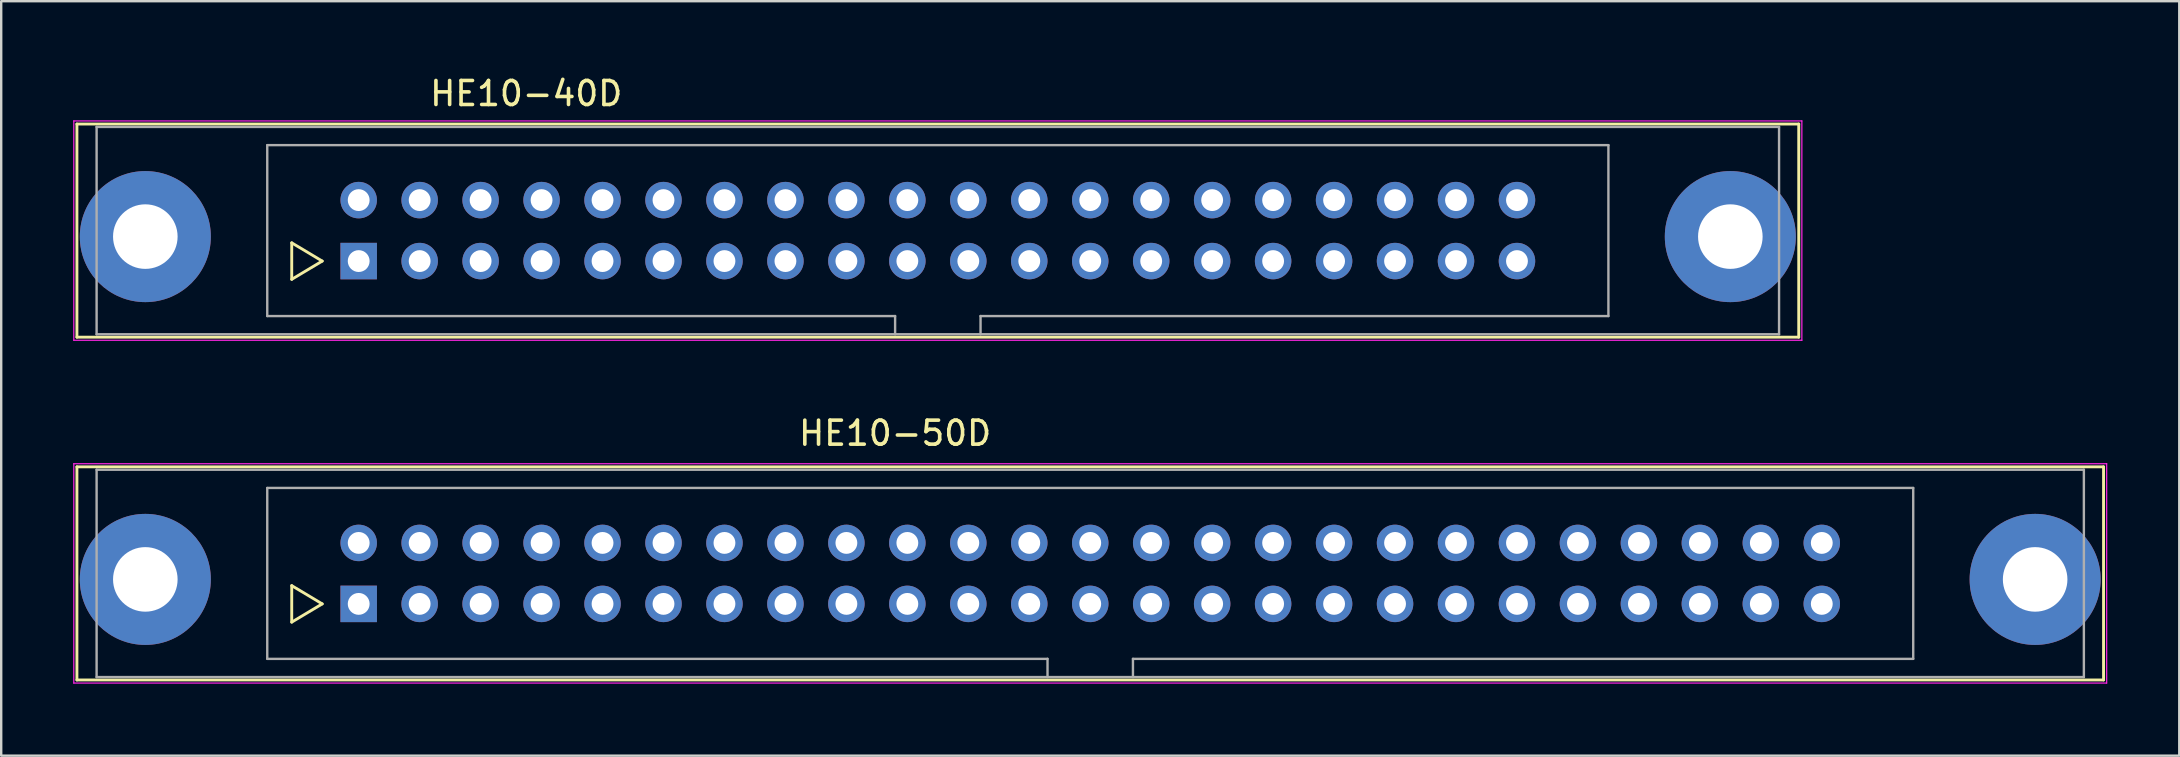
<source format=kicad_pcb>
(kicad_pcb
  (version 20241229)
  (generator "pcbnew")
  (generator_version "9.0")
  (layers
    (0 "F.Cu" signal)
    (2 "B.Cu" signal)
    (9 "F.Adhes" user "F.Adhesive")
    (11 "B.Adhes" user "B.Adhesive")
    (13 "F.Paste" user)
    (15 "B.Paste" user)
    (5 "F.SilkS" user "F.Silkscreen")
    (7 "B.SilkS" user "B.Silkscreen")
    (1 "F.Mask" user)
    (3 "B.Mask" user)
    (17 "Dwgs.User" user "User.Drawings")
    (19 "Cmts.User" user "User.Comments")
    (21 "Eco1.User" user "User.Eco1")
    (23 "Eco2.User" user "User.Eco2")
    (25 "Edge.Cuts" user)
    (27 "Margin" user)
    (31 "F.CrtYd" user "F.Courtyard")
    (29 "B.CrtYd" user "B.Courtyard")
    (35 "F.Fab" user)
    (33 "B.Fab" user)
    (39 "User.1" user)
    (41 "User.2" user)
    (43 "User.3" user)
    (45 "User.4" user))
  (footprint "HE10-50D"
    (layer "F.Cu")
    (at 11.895 22.111)
    (property "Reference" "HE10-50D" (at 22.35 -7.11 0) (layer "F.SilkS") (effects (font (size 1 1) (thickness 0.15))))
    (attr through_hole)
    (fp_line (start -11.74 -5.71) (end -11.74 3.17) (stroke (width 0.12) (type solid)) (layer "F.SilkS"))
    (fp_line (start -11.74 -5.71) (end 72.7 -5.71) (stroke (width 0.12) (type solid)) (layer "F.SilkS"))
    (fp_line (start -2.79 -0.76) (end -2.79 0.76) (stroke (width 0.12) (type solid)) (layer "F.SilkS"))
    (fp_line (start -2.79 0.76) (end -1.52 0) (stroke (width 0.12) (type solid)) (layer "F.SilkS"))
    (fp_line (start -1.52 0) (end -2.79 -0.76) (stroke (width 0.12) (type solid)) (layer "F.SilkS"))
    (fp_line (start 72.7 3.17) (end -11.74 3.17) (stroke (width 0.12) (type solid)) (layer "F.SilkS"))
    (fp_line (start 72.7 3.17) (end 72.7 -5.71) (stroke (width 0.12) (type solid)) (layer "F.SilkS"))
    (fp_line (start -11.87 -5.84) (end -11.87 3.3) (stroke (width 0.05) (type solid)) (layer "F.CrtYd"))
    (fp_line (start -11.87 -5.84) (end 72.83 -5.84) (stroke (width 0.05) (type solid)) (layer "F.CrtYd"))
    (fp_line (start 72.83 3.3) (end -11.87 3.3) (stroke (width 0.05) (type solid)) (layer "F.CrtYd"))
    (fp_line (start 72.83 3.3) (end 72.83 -5.84) (stroke (width 0.05) (type solid)) (layer "F.CrtYd"))
    (fp_line (start -10.92 -5.59) (end -10.92 3.05) (stroke (width 0.1) (type solid)) (layer "F.Fab"))
    (fp_line (start -10.92 3.05) (end 71.88 3.05) (stroke (width 0.1) (type solid)) (layer "F.Fab"))
    (fp_line (start -3.81 -4.83) (end 64.77 -4.83) (stroke (width 0.1) (type solid)) (layer "F.Fab"))
    (fp_line (start -3.81 2.29) (end -3.81 -4.83) (stroke (width 0.1) (type solid)) (layer "F.Fab"))
    (fp_line (start 28.7 2.29) (end -3.81 2.29) (stroke (width 0.1) (type solid)) (layer "F.Fab"))
    (fp_line (start 28.7 3.05) (end 28.7 2.29) (stroke (width 0.1) (type solid)) (layer "F.Fab"))
    (fp_line (start 32.26 2.29) (end 32.26 3.05) (stroke (width 0.1) (type solid)) (layer "F.Fab"))
    (fp_line (start 64.77 -4.83) (end 64.77 2.29) (stroke (width 0.1) (type solid)) (layer "F.Fab"))
    (fp_line (start 64.77 2.29) (end 32.26 2.29) (stroke (width 0.1) (type solid)) (layer "F.Fab"))
    (fp_line (start 71.88 -5.59) (end -10.92 -5.59) (stroke (width 0.1) (type solid)) (layer "F.Fab"))
    (fp_line (start 71.88 3.05) (end 71.88 -5.59) (stroke (width 0.1) (type solid)) (layer "F.Fab"))
    (pad "" thru_hole circle (at -8.89 -1.02) (size 5.46 5.46) (drill 2.69) (layers "*.Cu" "*.Mask"))
    (pad "" thru_hole circle (at 69.85 -1.02) (size 5.46 5.46) (drill 2.69) (layers "*.Cu" "*.Mask"))
    (pad "1" thru_hole rect (at 0 0) (size 1.52 1.52) (drill 0.91) (layers "*.Cu" "*.Mask"))
    (pad "2" thru_hole circle (at 0 -2.54) (size 1.52 1.52) (drill 0.91) (layers "*.Cu" "*.Mask"))
    (pad "3" thru_hole circle (at 2.54 0) (size 1.52 1.52) (drill 0.91) (layers "*.Cu" "*.Mask"))
    (pad "4" thru_hole circle (at 2.54 -2.54) (size 1.52 1.52) (drill 0.91) (layers "*.Cu" "*.Mask"))
    (pad "5" thru_hole circle (at 5.08 0) (size 1.52 1.52) (drill 0.91) (layers "*.Cu" "*.Mask"))
    (pad "6" thru_hole circle (at 5.08 -2.54) (size 1.52 1.52) (drill 0.91) (layers "*.Cu" "*.Mask"))
    (pad "7" thru_hole circle (at 7.62 0) (size 1.52 1.52) (drill 0.91) (layers "*.Cu" "*.Mask"))
    (pad "8" thru_hole circle (at 7.62 -2.54) (size 1.52 1.52) (drill 0.91) (layers "*.Cu" "*.Mask"))
    (pad "9" thru_hole circle (at 10.16 0) (size 1.52 1.52) (drill 0.91) (layers "*.Cu" "*.Mask"))
    (pad "10" thru_hole circle (at 10.16 -2.54) (size 1.52 1.52) (drill 0.91) (layers "*.Cu" "*.Mask"))
    (pad "11" thru_hole circle (at 12.7 0) (size 1.52 1.52) (drill 0.91) (layers "*.Cu" "*.Mask"))
    (pad "12" thru_hole circle (at 12.7 -2.54) (size 1.52 1.52) (drill 0.91) (layers "*.Cu" "*.Mask"))
    (pad "13" thru_hole circle (at 15.24 0) (size 1.52 1.52) (drill 0.91) (layers "*.Cu" "*.Mask"))
    (pad "14" thru_hole circle (at 15.24 -2.54) (size 1.52 1.52) (drill 0.91) (layers "*.Cu" "*.Mask"))
    (pad "15" thru_hole circle (at 17.78 0) (size 1.52 1.52) (drill 0.91) (layers "*.Cu" "*.Mask"))
    (pad "16" thru_hole circle (at 17.78 -2.54) (size 1.52 1.52) (drill 0.91) (layers "*.Cu" "*.Mask"))
    (pad "17" thru_hole circle (at 20.32 0) (size 1.52 1.52) (drill 0.91) (layers "*.Cu" "*.Mask"))
    (pad "18" thru_hole circle (at 20.32 -2.54) (size 1.52 1.52) (drill 0.91) (layers "*.Cu" "*.Mask"))
    (pad "19" thru_hole circle (at 22.86 0) (size 1.52 1.52) (drill 0.91) (layers "*.Cu" "*.Mask"))
    (pad "20" thru_hole circle (at 22.86 -2.54) (size 1.52 1.52) (drill 0.91) (layers "*.Cu" "*.Mask"))
    (pad "21" thru_hole circle (at 25.4 0) (size 1.52 1.52) (drill 0.91) (layers "*.Cu" "*.Mask"))
    (pad "22" thru_hole circle (at 25.4 -2.54) (size 1.52 1.52) (drill 0.91) (layers "*.Cu" "*.Mask"))
    (pad "23" thru_hole circle (at 27.94 0) (size 1.52 1.52) (drill 0.91) (layers "*.Cu" "*.Mask"))
    (pad "24" thru_hole circle (at 27.94 -2.54) (size 1.52 1.52) (drill 0.91) (layers "*.Cu" "*.Mask"))
    (pad "25" thru_hole circle (at 30.48 0) (size 1.52 1.52) (drill 0.91) (layers "*.Cu" "*.Mask"))
    (pad "26" thru_hole circle (at 30.48 -2.54) (size 1.52 1.52) (drill 0.91) (layers "*.Cu" "*.Mask"))
    (pad "27" thru_hole circle (at 33.02 0) (size 1.52 1.52) (drill 0.91) (layers "*.Cu" "*.Mask"))
    (pad "28" thru_hole circle (at 33.02 -2.54) (size 1.52 1.52) (drill 0.91) (layers "*.Cu" "*.Mask"))
    (pad "29" thru_hole circle (at 35.56 0) (size 1.52 1.52) (drill 0.91) (layers "*.Cu" "*.Mask"))
    (pad "30" thru_hole circle (at 35.56 -2.54) (size 1.52 1.52) (drill 0.91) (layers "*.Cu" "*.Mask"))
    (pad "31" thru_hole circle (at 38.1 0) (size 1.52 1.52) (drill 0.91) (layers "*.Cu" "*.Mask"))
    (pad "32" thru_hole circle (at 38.1 -2.54) (size 1.52 1.52) (drill 0.91) (layers "*.Cu" "*.Mask"))
    (pad "33" thru_hole circle (at 40.64 0) (size 1.52 1.52) (drill 0.91) (layers "*.Cu" "*.Mask"))
    (pad "34" thru_hole circle (at 40.64 -2.54) (size 1.52 1.52) (drill 0.91) (layers "*.Cu" "*.Mask"))
    (pad "35" thru_hole circle (at 43.18 0) (size 1.52 1.52) (drill 0.91) (layers "*.Cu" "*.Mask"))
    (pad "36" thru_hole circle (at 43.18 -2.54) (size 1.52 1.52) (drill 0.91) (layers "*.Cu" "*.Mask"))
    (pad "37" thru_hole circle (at 45.72 0) (size 1.52 1.52) (drill 0.91) (layers "*.Cu" "*.Mask"))
    (pad "38" thru_hole circle (at 45.72 -2.54) (size 1.52 1.52) (drill 0.91) (layers "*.Cu" "*.Mask"))
    (pad "39" thru_hole circle (at 48.26 0) (size 1.52 1.52) (drill 0.91) (layers "*.Cu" "*.Mask"))
    (pad "40" thru_hole circle (at 48.26 -2.54) (size 1.52 1.52) (drill 0.91) (layers "*.Cu" "*.Mask"))
    (pad "41" thru_hole circle (at 50.8 0) (size 1.52 1.52) (drill 0.91) (layers "*.Cu" "*.Mask"))
    (pad "42" thru_hole circle (at 50.8 -2.54) (size 1.52 1.52) (drill 0.91) (layers "*.Cu" "*.Mask"))
    (pad "43" thru_hole circle (at 53.34 0) (size 1.52 1.52) (drill 0.91) (layers "*.Cu" "*.Mask"))
    (pad "44" thru_hole circle (at 53.34 -2.54) (size 1.52 1.52) (drill 0.91) (layers "*.Cu" "*.Mask"))
    (pad "45" thru_hole circle (at 55.88 0) (size 1.52 1.52) (drill 0.91) (layers "*.Cu" "*.Mask"))
    (pad "46" thru_hole circle (at 55.88 -2.54) (size 1.52 1.52) (drill 0.91) (layers "*.Cu" "*.Mask"))
    (pad "47" thru_hole circle (at 58.42 0) (size 1.52 1.52) (drill 0.91) (layers "*.Cu" "*.Mask"))
    (pad "48" thru_hole circle (at 58.42 -2.54) (size 1.52 1.52) (drill 0.91) (layers "*.Cu" "*.Mask"))
    (pad "49" thru_hole circle (at 60.96 0) (size 1.52 1.52) (drill 0.91) (layers "*.Cu" "*.Mask"))
    (pad "50" thru_hole circle (at 60.96 -2.54) (size 1.52 1.52) (drill 0.91) (layers "*.Cu" "*.Mask")))
  (footprint "HE10-40D"
    (layer "F.Cu")
    (at 11.895 7.828)
    (property "Reference" "HE10-40D" (at 6.98 -6.98 0) (layer "F.SilkS") (effects (font (size 1 1) (thickness 0.15))))
    (attr through_hole)
    (fp_line (start -11.74 -5.71) (end -11.74 3.17) (stroke (width 0.12) (type solid)) (layer "F.SilkS"))
    (fp_line (start -11.74 -5.71) (end 60 -5.71) (stroke (width 0.12) (type solid)) (layer "F.SilkS"))
    (fp_line (start -2.79 -0.76) (end -2.79 0.76) (stroke (width 0.12) (type solid)) (layer "F.SilkS"))
    (fp_line (start -2.79 0.76) (end -1.52 0) (stroke (width 0.12) (type solid)) (layer "F.SilkS"))
    (fp_line (start -1.52 0) (end -2.79 -0.76) (stroke (width 0.12) (type solid)) (layer "F.SilkS"))
    (fp_line (start 60 3.17) (end -11.74 3.17) (stroke (width 0.12) (type solid)) (layer "F.SilkS"))
    (fp_line (start 60 3.17) (end 60 -5.71) (stroke (width 0.12) (type solid)) (layer "F.SilkS"))
    (fp_line (start -11.87 -5.84) (end -11.87 3.3) (stroke (width 0.05) (type solid)) (layer "F.CrtYd"))
    (fp_line (start -11.87 -5.84) (end 60.13 -5.84) (stroke (width 0.05) (type solid)) (layer "F.CrtYd"))
    (fp_line (start 60.13 3.3) (end -11.87 3.3) (stroke (width 0.05) (type solid)) (layer "F.CrtYd"))
    (fp_line (start 60.13 3.3) (end 60.13 -5.84) (stroke (width 0.05) (type solid)) (layer "F.CrtYd"))
    (fp_line (start -10.92 -5.59) (end -10.92 3.05) (stroke (width 0.1) (type solid)) (layer "F.Fab"))
    (fp_line (start -10.92 3.05) (end 59.18 3.05) (stroke (width 0.1) (type solid)) (layer "F.Fab"))
    (fp_line (start -3.81 -4.83) (end 52.07 -4.83) (stroke (width 0.1) (type solid)) (layer "F.Fab"))
    (fp_line (start -3.81 2.29) (end -3.81 -4.83) (stroke (width 0.1) (type solid)) (layer "F.Fab"))
    (fp_line (start 22.35 2.29) (end -3.81 2.29) (stroke (width 0.1) (type solid)) (layer "F.Fab"))
    (fp_line (start 22.35 3.05) (end 22.35 2.29) (stroke (width 0.1) (type solid)) (layer "F.Fab"))
    (fp_line (start 25.91 2.29) (end 25.91 3.05) (stroke (width 0.1) (type solid)) (layer "F.Fab"))
    (fp_line (start 52.07 -4.83) (end 52.07 2.29) (stroke (width 0.1) (type solid)) (layer "F.Fab"))
    (fp_line (start 52.07 2.29) (end 25.91 2.29) (stroke (width 0.1) (type solid)) (layer "F.Fab"))
    (fp_line (start 59.18 -5.59) (end -10.92 -5.59) (stroke (width 0.1) (type solid)) (layer "F.Fab"))
    (fp_line (start 59.18 3.05) (end 59.18 -5.59) (stroke (width 0.1) (type solid)) (layer "F.Fab"))
    (pad "" thru_hole circle (at -8.89 -1.02) (size 5.46 5.46) (drill 2.69) (layers "*.Cu" "*.Mask"))
    (pad "" thru_hole circle (at 57.15 -1.02) (size 5.46 5.46) (drill 2.69) (layers "*.Cu" "*.Mask"))
    (pad "1" thru_hole rect (at 0 0) (size 1.52 1.52) (drill 0.91) (layers "*.Cu" "*.Mask"))
    (pad "2" thru_hole circle (at 0 -2.54) (size 1.52 1.52) (drill 0.91) (layers "*.Cu" "*.Mask"))
    (pad "3" thru_hole circle (at 2.54 0) (size 1.52 1.52) (drill 0.91) (layers "*.Cu" "*.Mask"))
    (pad "4" thru_hole circle (at 2.54 -2.54) (size 1.52 1.52) (drill 0.91) (layers "*.Cu" "*.Mask"))
    (pad "5" thru_hole circle (at 5.08 0) (size 1.52 1.52) (drill 0.91) (layers "*.Cu" "*.Mask"))
    (pad "6" thru_hole circle (at 5.08 -2.54) (size 1.52 1.52) (drill 0.91) (layers "*.Cu" "*.Mask"))
    (pad "7" thru_hole circle (at 7.62 0) (size 1.52 1.52) (drill 0.91) (layers "*.Cu" "*.Mask"))
    (pad "8" thru_hole circle (at 7.62 -2.54) (size 1.52 1.52) (drill 0.91) (layers "*.Cu" "*.Mask"))
    (pad "9" thru_hole circle (at 10.16 0) (size 1.52 1.52) (drill 0.91) (layers "*.Cu" "*.Mask"))
    (pad "10" thru_hole circle (at 10.16 -2.54) (size 1.52 1.52) (drill 0.91) (layers "*.Cu" "*.Mask"))
    (pad "11" thru_hole circle (at 12.7 0) (size 1.52 1.52) (drill 0.91) (layers "*.Cu" "*.Mask"))
    (pad "12" thru_hole circle (at 12.7 -2.54) (size 1.52 1.52) (drill 0.91) (layers "*.Cu" "*.Mask"))
    (pad "13" thru_hole circle (at 15.24 0) (size 1.52 1.52) (drill 0.91) (layers "*.Cu" "*.Mask"))
    (pad "14" thru_hole circle (at 15.24 -2.54) (size 1.52 1.52) (drill 0.91) (layers "*.Cu" "*.Mask"))
    (pad "15" thru_hole circle (at 17.78 0) (size 1.52 1.52) (drill 0.91) (layers "*.Cu" "*.Mask"))
    (pad "16" thru_hole circle (at 17.78 -2.54) (size 1.52 1.52) (drill 0.91) (layers "*.Cu" "*.Mask"))
    (pad "17" thru_hole circle (at 20.32 0) (size 1.52 1.52) (drill 0.91) (layers "*.Cu" "*.Mask"))
    (pad "18" thru_hole circle (at 20.32 -2.54) (size 1.52 1.52) (drill 0.91) (layers "*.Cu" "*.Mask"))
    (pad "19" thru_hole circle (at 22.86 0) (size 1.52 1.52) (drill 0.91) (layers "*.Cu" "*.Mask"))
    (pad "20" thru_hole circle (at 22.86 -2.54) (size 1.52 1.52) (drill 0.91) (layers "*.Cu" "*.Mask"))
    (pad "21" thru_hole circle (at 25.4 0) (size 1.52 1.52) (drill 0.91) (layers "*.Cu" "*.Mask"))
    (pad "22" thru_hole circle (at 25.4 -2.54) (size 1.52 1.52) (drill 0.91) (layers "*.Cu" "*.Mask"))
    (pad "23" thru_hole circle (at 27.94 0) (size 1.52 1.52) (drill 0.91) (layers "*.Cu" "*.Mask"))
    (pad "24" thru_hole circle (at 27.94 -2.54) (size 1.52 1.52) (drill 0.91) (layers "*.Cu" "*.Mask"))
    (pad "25" thru_hole circle (at 30.48 0) (size 1.52 1.52) (drill 0.91) (layers "*.Cu" "*.Mask"))
    (pad "26" thru_hole circle (at 30.48 -2.54) (size 1.52 1.52) (drill 0.91) (layers "*.Cu" "*.Mask"))
    (pad "27" thru_hole circle (at 33.02 0) (size 1.52 1.52) (drill 0.91) (layers "*.Cu" "*.Mask"))
    (pad "28" thru_hole circle (at 33.02 -2.54) (size 1.52 1.52) (drill 0.91) (layers "*.Cu" "*.Mask"))
    (pad "29" thru_hole circle (at 35.56 0) (size 1.52 1.52) (drill 0.91) (layers "*.Cu" "*.Mask"))
    (pad "30" thru_hole circle (at 35.56 -2.54) (size 1.52 1.52) (drill 0.91) (layers "*.Cu" "*.Mask"))
    (pad "31" thru_hole circle (at 38.1 0) (size 1.52 1.52) (drill 0.91) (layers "*.Cu" "*.Mask"))
    (pad "32" thru_hole circle (at 38.1 -2.54) (size 1.52 1.52) (drill 0.91) (layers "*.Cu" "*.Mask"))
    (pad "33" thru_hole circle (at 40.64 0) (size 1.52 1.52) (drill 0.91) (layers "*.Cu" "*.Mask"))
    (pad "34" thru_hole circle (at 40.64 -2.54) (size 1.52 1.52) (drill 0.91) (layers "*.Cu" "*.Mask"))
    (pad "35" thru_hole circle (at 43.18 0) (size 1.52 1.52) (drill 0.91) (layers "*.Cu" "*.Mask"))
    (pad "36" thru_hole circle (at 43.18 -2.54) (size 1.52 1.52) (drill 0.91) (layers "*.Cu" "*.Mask"))
    (pad "37" thru_hole circle (at 45.72 0) (size 1.52 1.52) (drill 0.91) (layers "*.Cu" "*.Mask"))
    (pad "38" thru_hole circle (at 45.72 -2.54) (size 1.52 1.52) (drill 0.91) (layers "*.Cu" "*.Mask"))
    (pad "39" thru_hole circle (at 48.26 0) (size 1.52 1.52) (drill 0.91) (layers "*.Cu" "*.Mask"))
    (pad "40" thru_hole circle (at 48.26 -2.54) (size 1.52 1.52) (drill 0.91) (layers "*.Cu" "*.Mask")))
  (gr_rect
    (start -3 -3)
    (end 87.75 28.436)
    (stroke (width 0.1) (type default))
    (fill no)
    (layer "Edge.Cuts")))
</source>
